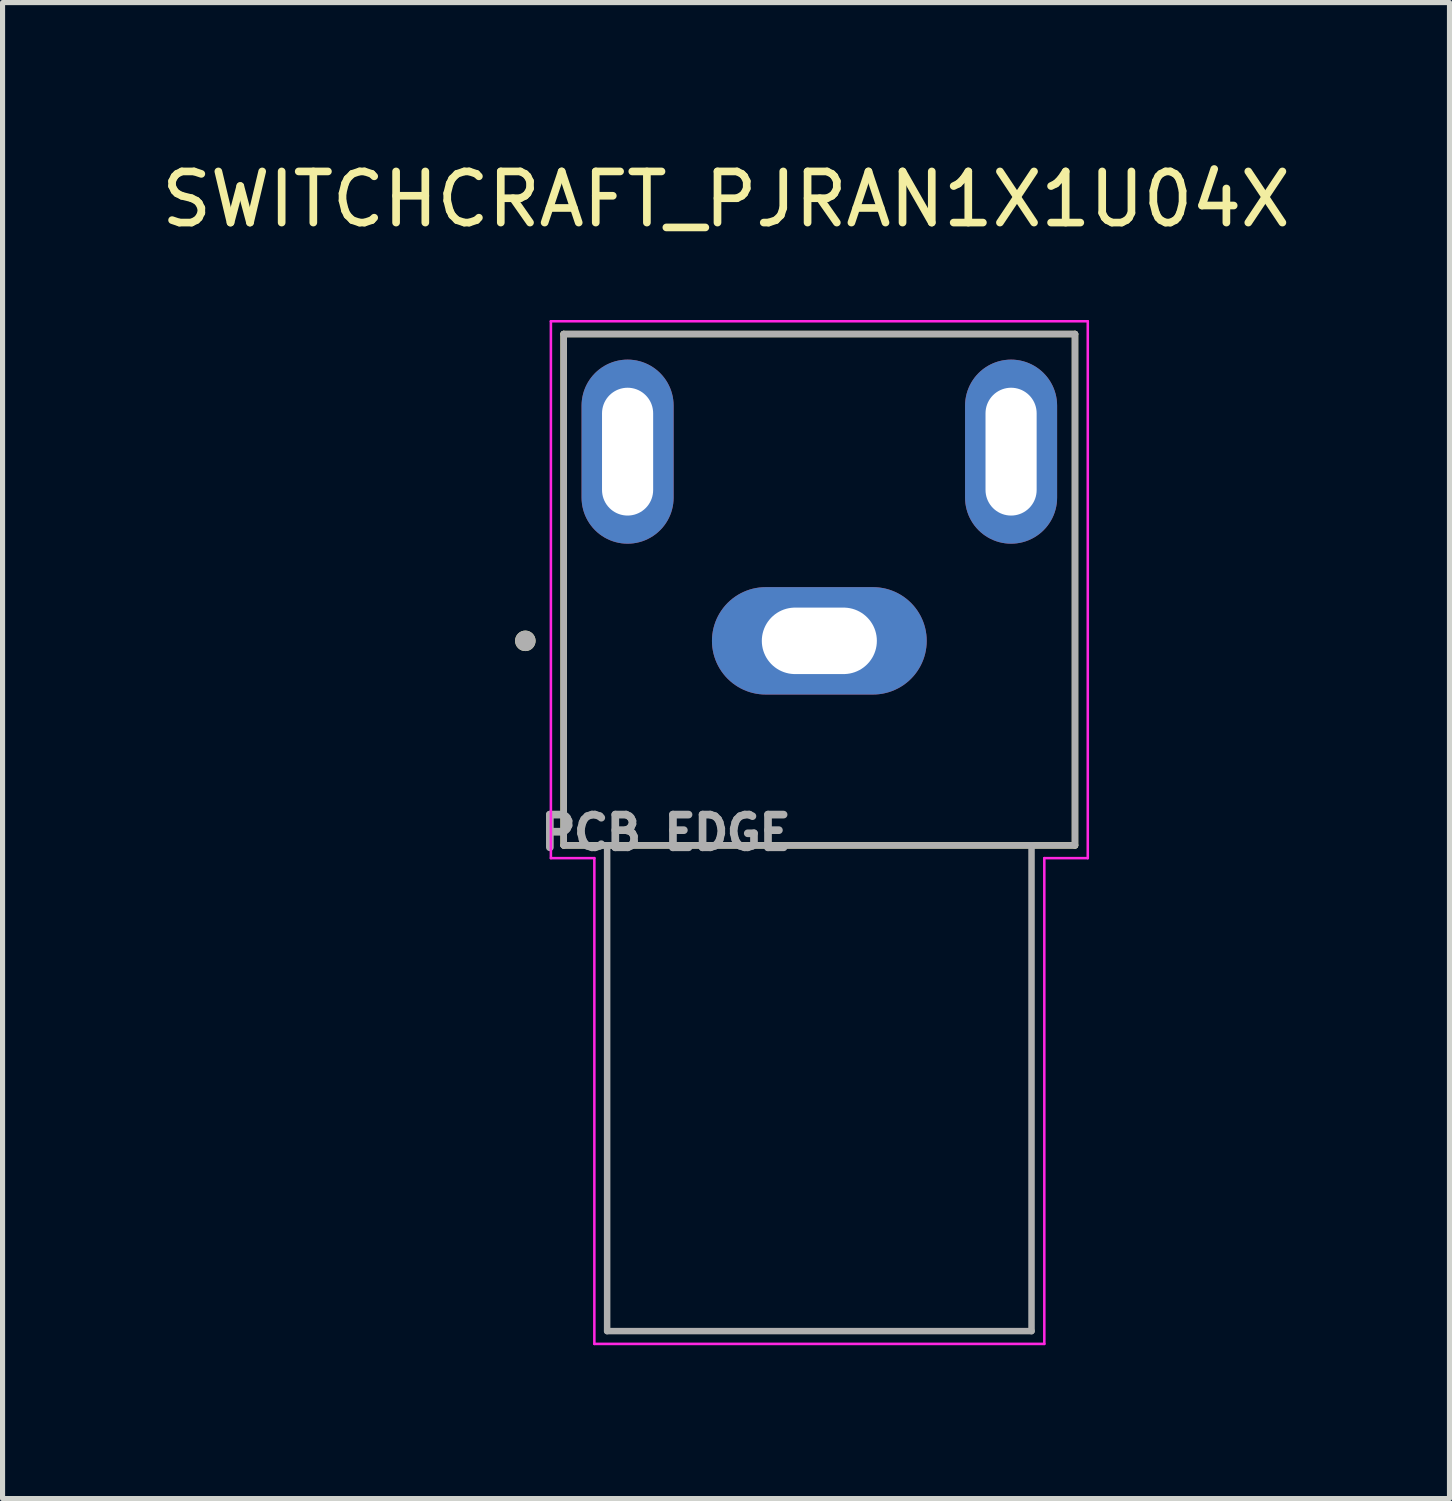
<source format=kicad_pcb>
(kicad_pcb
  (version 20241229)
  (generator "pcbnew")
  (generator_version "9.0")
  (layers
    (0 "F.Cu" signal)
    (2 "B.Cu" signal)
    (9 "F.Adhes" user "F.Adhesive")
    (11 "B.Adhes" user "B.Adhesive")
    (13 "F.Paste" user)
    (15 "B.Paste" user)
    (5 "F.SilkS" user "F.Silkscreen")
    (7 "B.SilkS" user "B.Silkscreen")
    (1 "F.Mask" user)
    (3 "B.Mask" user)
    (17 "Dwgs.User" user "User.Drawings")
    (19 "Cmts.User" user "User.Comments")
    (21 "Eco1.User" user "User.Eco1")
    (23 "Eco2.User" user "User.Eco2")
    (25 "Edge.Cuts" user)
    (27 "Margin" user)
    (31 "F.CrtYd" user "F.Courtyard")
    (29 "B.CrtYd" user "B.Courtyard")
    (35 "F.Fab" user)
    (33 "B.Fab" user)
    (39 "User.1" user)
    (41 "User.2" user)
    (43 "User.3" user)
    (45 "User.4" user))
  (footprint "SWITCHCRAFT_PJRAN1X1U04X"
    (layer "F.Cu")
    (at 12.974 9.483)
    (property "Reference" "SWITCHCRAFT_PJRAN1X1U04X" (at -1.825 -8.635 0) (layer "F.SilkS") (effects (font (size 1 1) (thickness 0.15))))
    (attr through_hole)
    (fp_line (start -5 -6) (end -5 4) (stroke (width 0.127) (type solid)) (layer "F.SilkS"))
    (fp_line (start -5 4) (end 5 4) (stroke (width 0.127) (type solid)) (layer "F.SilkS"))
    (fp_line (start 5 -6) (end -5 -6) (stroke (width 0.127) (type solid)) (layer "F.SilkS"))
    (fp_line (start 5 4) (end 5 -6) (stroke (width 0.127) (type solid)) (layer "F.SilkS"))
    (fp_circle (center -5.75 0) (end -5.65 0) (stroke (width 0.2) (type solid)) (fill no) (layer "F.SilkS"))
    (fp_line (start -5.25 -6.25) (end -5.25 4.25) (stroke (width 0.05) (type solid)) (layer "F.CrtYd"))
    (fp_line (start -5.25 4.25) (end -4.4 4.25) (stroke (width 0.05) (type solid)) (layer "F.CrtYd"))
    (fp_line (start -4.4 4.25) (end -4.4 13.75) (stroke (width 0.05) (type solid)) (layer "F.CrtYd"))
    (fp_line (start -4.4 13.75) (end 4.4 13.75) (stroke (width 0.05) (type solid)) (layer "F.CrtYd"))
    (fp_line (start 4.4 4.25) (end 5.25 4.25) (stroke (width 0.05) (type solid)) (layer "F.CrtYd"))
    (fp_line (start 4.4 13.75) (end 4.4 4.25) (stroke (width 0.05) (type solid)) (layer "F.CrtYd"))
    (fp_line (start 5.25 -6.25) (end -5.25 -6.25) (stroke (width 0.05) (type solid)) (layer "F.CrtYd"))
    (fp_line (start 5.25 4.25) (end 5.25 -6.25) (stroke (width 0.05) (type solid)) (layer "F.CrtYd"))
    (fp_line (start -5 -6) (end -5 4) (stroke (width 0.127) (type solid)) (layer "F.Fab"))
    (fp_line (start -5 4) (end -4.15 4) (stroke (width 0.127) (type solid)) (layer "F.Fab"))
    (fp_line (start -4.15 4) (end -4.15 13.5) (stroke (width 0.127) (type solid)) (layer "F.Fab"))
    (fp_line (start -4.15 4) (end 4.15 4) (stroke (width 0.127) (type solid)) (layer "F.Fab"))
    (fp_line (start -4.15 13.5) (end 4.15 13.5) (stroke (width 0.127) (type solid)) (layer "F.Fab"))
    (fp_line (start 4.15 4) (end 5 4) (stroke (width 0.127) (type solid)) (layer "F.Fab"))
    (fp_line (start 4.15 13.5) (end 4.15 4) (stroke (width 0.127) (type solid)) (layer "F.Fab"))
    (fp_line (start 5 -6) (end -5 -6) (stroke (width 0.127) (type solid)) (layer "F.Fab"))
    (fp_line (start 5 4) (end 5 -6) (stroke (width 0.127) (type solid)) (layer "F.Fab"))
    (fp_circle (center -5.75 0) (end -5.65 0) (stroke (width 0.2) (type solid)) (fill no) (layer "F.Fab"))
    (fp_text user "PCB EDGE" (at -3 3.75 0) (layer "F.Fab") (effects (font (size 0.64 0.64) (thickness 0.15))))
    (pad "1" thru_hole oval (at 0 0) (size 4.2 2.1) (drill oval 2.25 1.3) (layers "*.Cu" "*.Mask"))
    (pad "2" thru_hole oval (at -3.75 -3.7) (size 1.8 3.6) (drill oval 1 2.5) (layers "*.Cu" "*.Mask"))
    (pad "3" thru_hole oval (at 3.75 -3.7) (size 1.8 3.6) (drill oval 1 2.5) (layers "*.Cu" "*.Mask")))
  (gr_rect
    (start -3 -3)
    (end 25.298 26.258)
    (stroke (width 0.1) (type default))
    (fill no)
    (layer "Edge.Cuts")))
</source>
